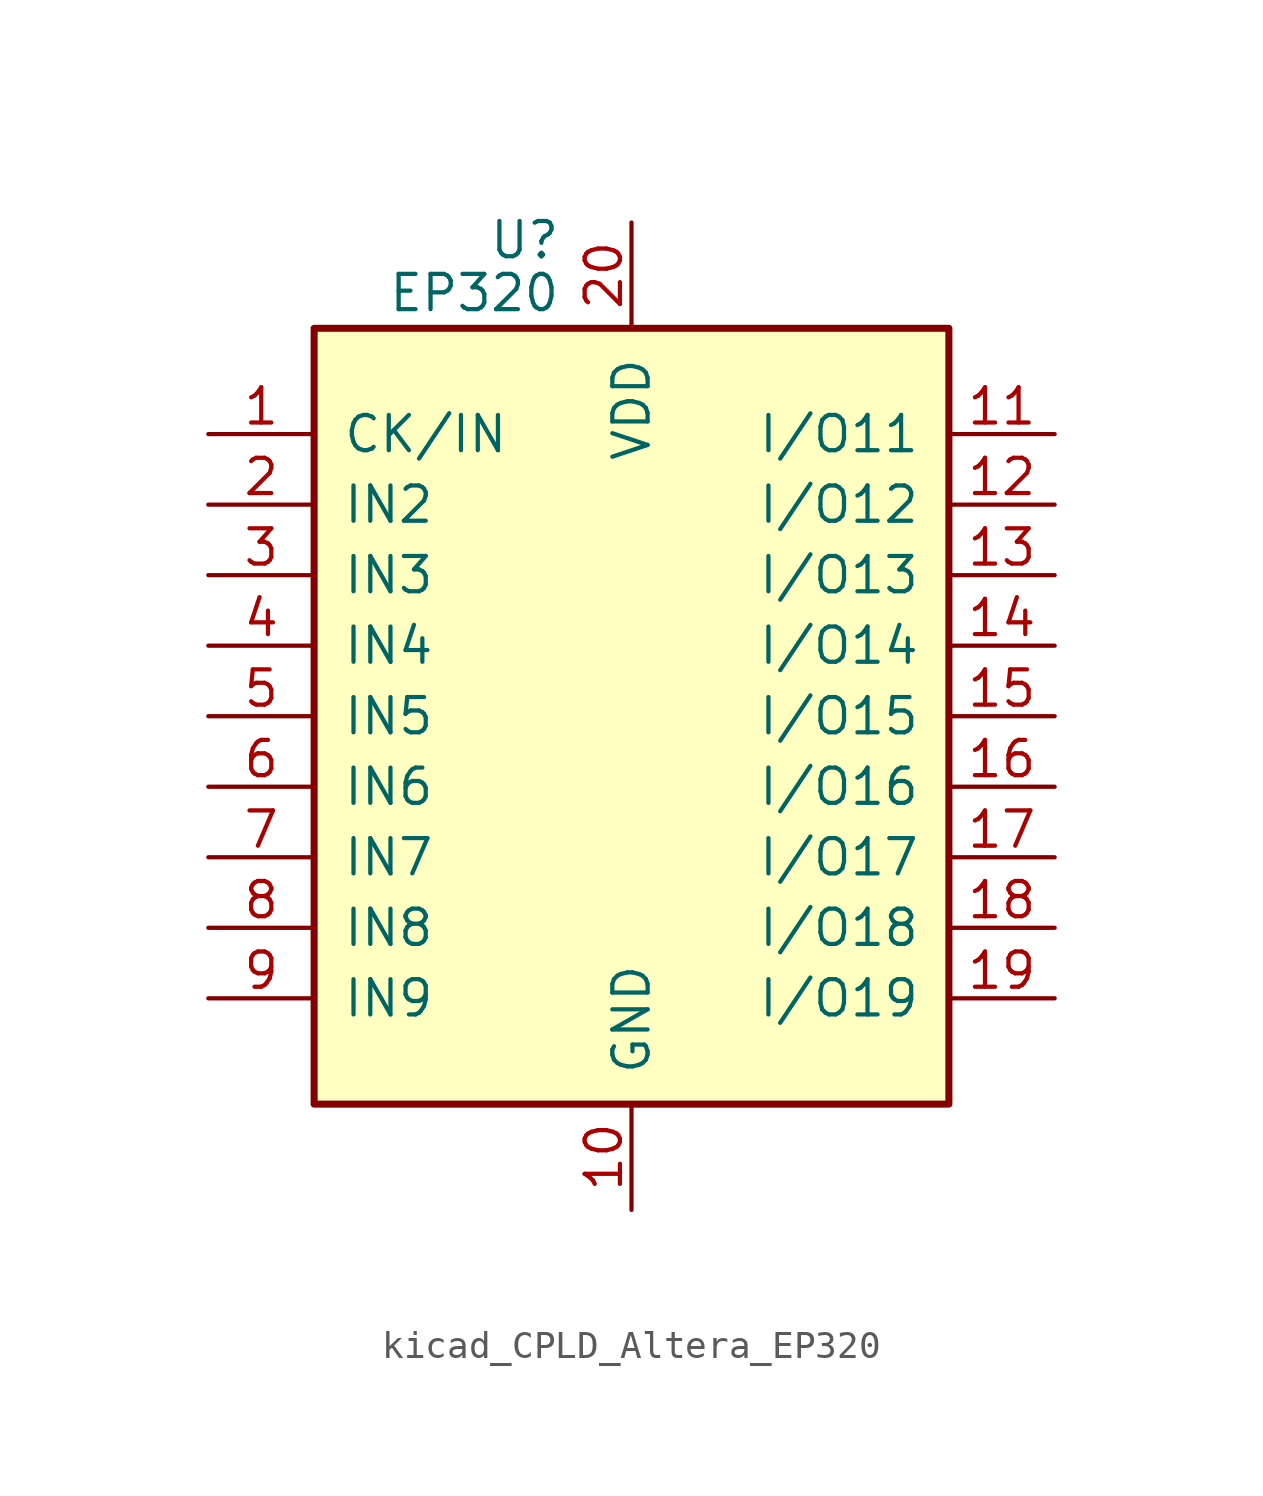
<source format=kicad_sym>
(kicad_symbol_lib
  (version 20220914)
  (generator kicad_symbol_editor)
  (symbol "kicad_CPLD_Altera_EP320"
    (pin_names
      (offset 1.016))
    (property "Reference" "U"
      (at -2.54 17.145 0)
      (effects (font (size 1.27 1.27)) (justify right)))
    (property "Value" "EP320"
      (at -2.54 15.24 0)
      (effects (font (size 1.27 1.27)) (justify right)))
    (symbol "kicad_CPLD_Altera_EP320_0_1"
      (rectangle (start -11.43 -13.97) (end 11.43 13.97) (stroke (width 0.254) (type default)) (fill (type background))))
    (symbol "kicad_CPLD_Altera_EP320_1_1"
      (pin input line (at -15.24 10.16 0) (length 3.81) (name "CK/IN" (effects (font (size 1.27 1.27)))) (number "1" (effects (font (size 1.27 1.27)))))
      (pin power_in line (at 0 -17.78 90) (length 3.81) (name "GND" (effects (font (size 1.27 1.27)))) (number "10" (effects (font (size 1.27 1.27)))))
      (pin bidirectional line (at 15.24 10.16 180) (length 3.81) (name "I/O11" (effects (font (size 1.27 1.27)))) (number "11" (effects (font (size 1.27 1.27)))))
      (pin bidirectional line (at 15.24 7.62 180) (length 3.81) (name "I/O12" (effects (font (size 1.27 1.27)))) (number "12" (effects (font (size 1.27 1.27)))))
      (pin bidirectional line (at 15.24 5.08 180) (length 3.81) (name "I/O13" (effects (font (size 1.27 1.27)))) (number "13" (effects (font (size 1.27 1.27)))))
      (pin bidirectional line (at 15.24 2.54 180) (length 3.81) (name "I/O14" (effects (font (size 1.27 1.27)))) (number "14" (effects (font (size 1.27 1.27)))))
      (pin bidirectional line (at 15.24 0 180) (length 3.81) (name "I/O15" (effects (font (size 1.27 1.27)))) (number "15" (effects (font (size 1.27 1.27)))))
      (pin bidirectional line (at 15.24 -2.54 180) (length 3.81) (name "I/O16" (effects (font (size 1.27 1.27)))) (number "16" (effects (font (size 1.27 1.27)))))
      (pin bidirectional line (at 15.24 -5.08 180) (length 3.81) (name "I/O17" (effects (font (size 1.27 1.27)))) (number "17" (effects (font (size 1.27 1.27)))))
      (pin bidirectional line (at 15.24 -7.62 180) (length 3.81) (name "I/O18" (effects (font (size 1.27 1.27)))) (number "18" (effects (font (size 1.27 1.27)))))
      (pin bidirectional line (at 15.24 -10.16 180) (length 3.81) (name "I/O19" (effects (font (size 1.27 1.27)))) (number "19" (effects (font (size 1.27 1.27)))))
      (pin input line (at -15.24 7.62 0) (length 3.81) (name "IN2" (effects (font (size 1.27 1.27)))) (number "2" (effects (font (size 1.27 1.27)))))
      (pin power_in line (at 0 17.78 270) (length 3.81) (name "VDD" (effects (font (size 1.27 1.27)))) (number "20" (effects (font (size 1.27 1.27)))))
      (pin input line (at -15.24 5.08 0) (length 3.81) (name "IN3" (effects (font (size 1.27 1.27)))) (number "3" (effects (font (size 1.27 1.27)))))
      (pin input line (at -15.24 2.54 0) (length 3.81) (name "IN4" (effects (font (size 1.27 1.27)))) (number "4" (effects (font (size 1.27 1.27)))))
      (pin input line (at -15.24 0 0) (length 3.81) (name "IN5" (effects (font (size 1.27 1.27)))) (number "5" (effects (font (size 1.27 1.27)))))
      (pin input line (at -15.24 -2.54 0) (length 3.81) (name "IN6" (effects (font (size 1.27 1.27)))) (number "6" (effects (font (size 1.27 1.27)))))
      (pin input line (at -15.24 -5.08 0) (length 3.81) (name "IN7" (effects (font (size 1.27 1.27)))) (number "7" (effects (font (size 1.27 1.27)))))
      (pin input line (at -15.24 -7.62 0) (length 3.81) (name "IN8" (effects (font (size 1.27 1.27)))) (number "8" (effects (font (size 1.27 1.27)))))
      (pin input line (at -15.24 -10.16 0) (length 3.81) (name "IN9" (effects (font (size 1.27 1.27)))) (number "9" (effects (font (size 1.27 1.27))))))))
</source>
